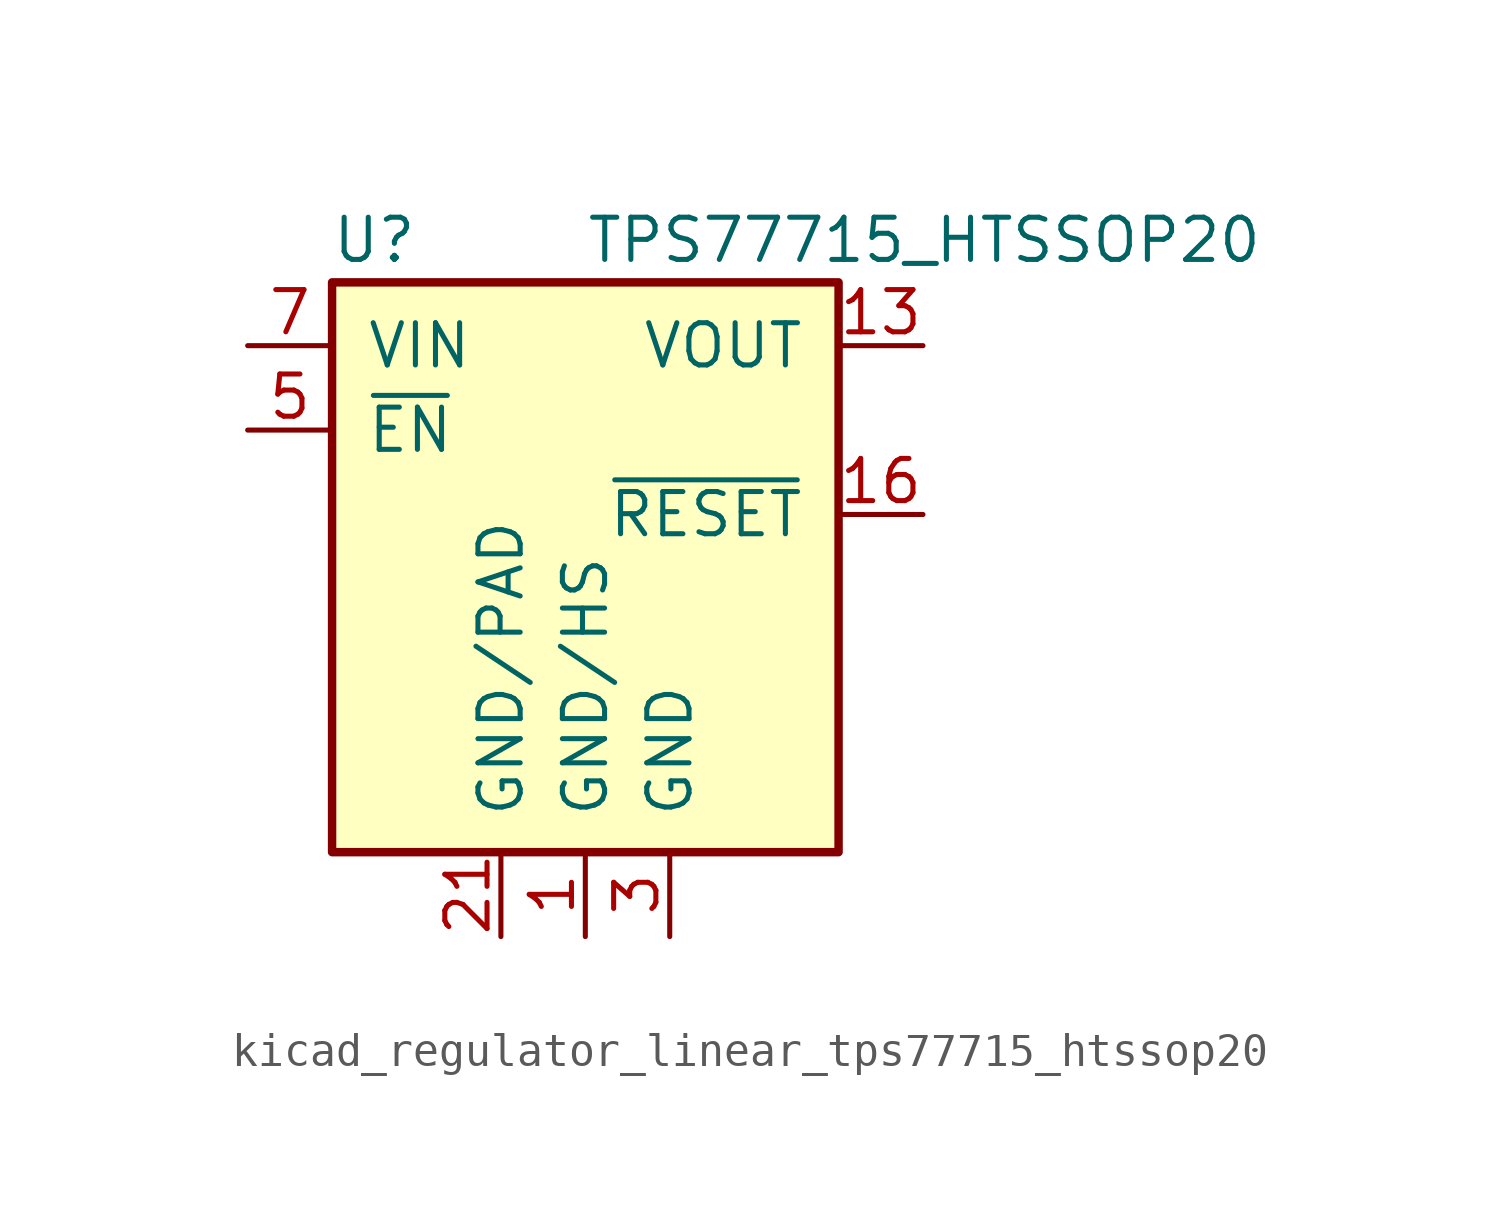
<source format=kicad_sym>
(kicad_symbol_lib
  (version 20220914)
  (generator kicad_symbol_editor)
  (symbol "kicad_regulator_linear_tps77715_htssop20"
    (pin_names
      (offset 1.016))
    (property "Reference" "U"
      (at -6.35 5.715 0)
      (effects (font (size 1.27 1.27))))
    (property "Value" "TPS77715_HTSSOP20"
      (at 0 5.715 0)
      (effects (font (size 1.27 1.27)) (justify left)))
    (symbol "kicad_regulator_linear_tps77715_htssop20_0_1"
      (rectangle (start -7.62 4.445) (end 7.62 -12.7) (stroke (width 0.254) (type default)) (fill (type background))))
    (symbol "kicad_regulator_linear_tps77715_htssop20_1_1"
      (pin power_in line (at 0 -15.24 90) (length 2.54) (name "GND/HS" (effects (font (size 1.27 1.27)))) (number "1" (effects (font (size 1.27 1.27)))))
      (pin passive line (at 0 -15.24 90) (length 2.54) hide (name "GND/HS" (effects (font (size 1.27 1.27)))) (number "10" (effects (font (size 1.27 1.27)))))
      (pin passive line (at 0 -15.24 90) (length 2.54) hide (name "GND/HS" (effects (font (size 1.27 1.27)))) (number "11" (effects (font (size 1.27 1.27)))))
      (pin passive line (at 0 -15.24 90) (length 2.54) hide (name "GND/HS" (effects (font (size 1.27 1.27)))) (number "12" (effects (font (size 1.27 1.27)))))
      (pin power_out line (at 10.16 2.54 180) (length 2.54) (name "VOUT" (effects (font (size 1.27 1.27)))) (number "13" (effects (font (size 1.27 1.27)))))
      (pin passive line (at 10.16 2.54 180) (length 2.54) hide (name "VOUT" (effects (font (size 1.27 1.27)))) (number "14" (effects (font (size 1.27 1.27)))))
      (pin no_connect line (at 7.62 0 180) (length 2.54) hide (name "NC" (effects (font (size 1.27 1.27)))) (number "15" (effects (font (size 1.27 1.27)))))
      (pin open_collector line (at 10.16 -2.54 180) (length 2.54) (name "~{RESET}" (effects (font (size 1.27 1.27)))) (number "16" (effects (font (size 1.27 1.27)))))
      (pin no_connect line (at 7.62 -5.08 180) (length 2.54) hide (name "NC" (effects (font (size 1.27 1.27)))) (number "17" (effects (font (size 1.27 1.27)))))
      (pin no_connect line (at 7.62 -7.62 180) (length 2.54) hide (name "NC" (effects (font (size 1.27 1.27)))) (number "18" (effects (font (size 1.27 1.27)))))
      (pin passive line (at 0 -15.24 90) (length 2.54) hide (name "GND/HS" (effects (font (size 1.27 1.27)))) (number "19" (effects (font (size 1.27 1.27)))))
      (pin passive line (at 0 -15.24 90) (length 2.54) hide (name "GND/HS" (effects (font (size 1.27 1.27)))) (number "2" (effects (font (size 1.27 1.27)))))
      (pin passive line (at 0 -15.24 90) (length 2.54) hide (name "GND/HS" (effects (font (size 1.27 1.27)))) (number "20" (effects (font (size 1.27 1.27)))))
      (pin power_in line (at -2.54 -15.24 90) (length 2.54) (name "GND/PAD" (effects (font (size 1.27 1.27)))) (number "21" (effects (font (size 1.27 1.27)))))
      (pin power_in line (at 2.54 -15.24 90) (length 2.54) (name "GND" (effects (font (size 1.27 1.27)))) (number "3" (effects (font (size 1.27 1.27)))))
      (pin no_connect line (at -7.62 -2.54 0) (length 2.54) hide (name "NC" (effects (font (size 1.27 1.27)))) (number "4" (effects (font (size 1.27 1.27)))))
      (pin input line (at -10.16 0 0) (length 2.54) (name "~{EN}" (effects (font (size 1.27 1.27)))) (number "5" (effects (font (size 1.27 1.27)))))
      (pin passive line (at -10.16 2.54 0) (length 2.54) hide (name "VIN" (effects (font (size 1.27 1.27)))) (number "6" (effects (font (size 1.27 1.27)))))
      (pin power_in line (at -10.16 2.54 0) (length 2.54) (name "VIN" (effects (font (size 1.27 1.27)))) (number "7" (effects (font (size 1.27 1.27)))))
      (pin no_connect line (at -7.62 -5.08 0) (length 2.54) hide (name "NC" (effects (font (size 1.27 1.27)))) (number "8" (effects (font (size 1.27 1.27)))))
      (pin passive line (at 0 -15.24 90) (length 2.54) hide (name "GND/HS" (effects (font (size 1.27 1.27)))) (number "9" (effects (font (size 1.27 1.27))))))))
</source>
